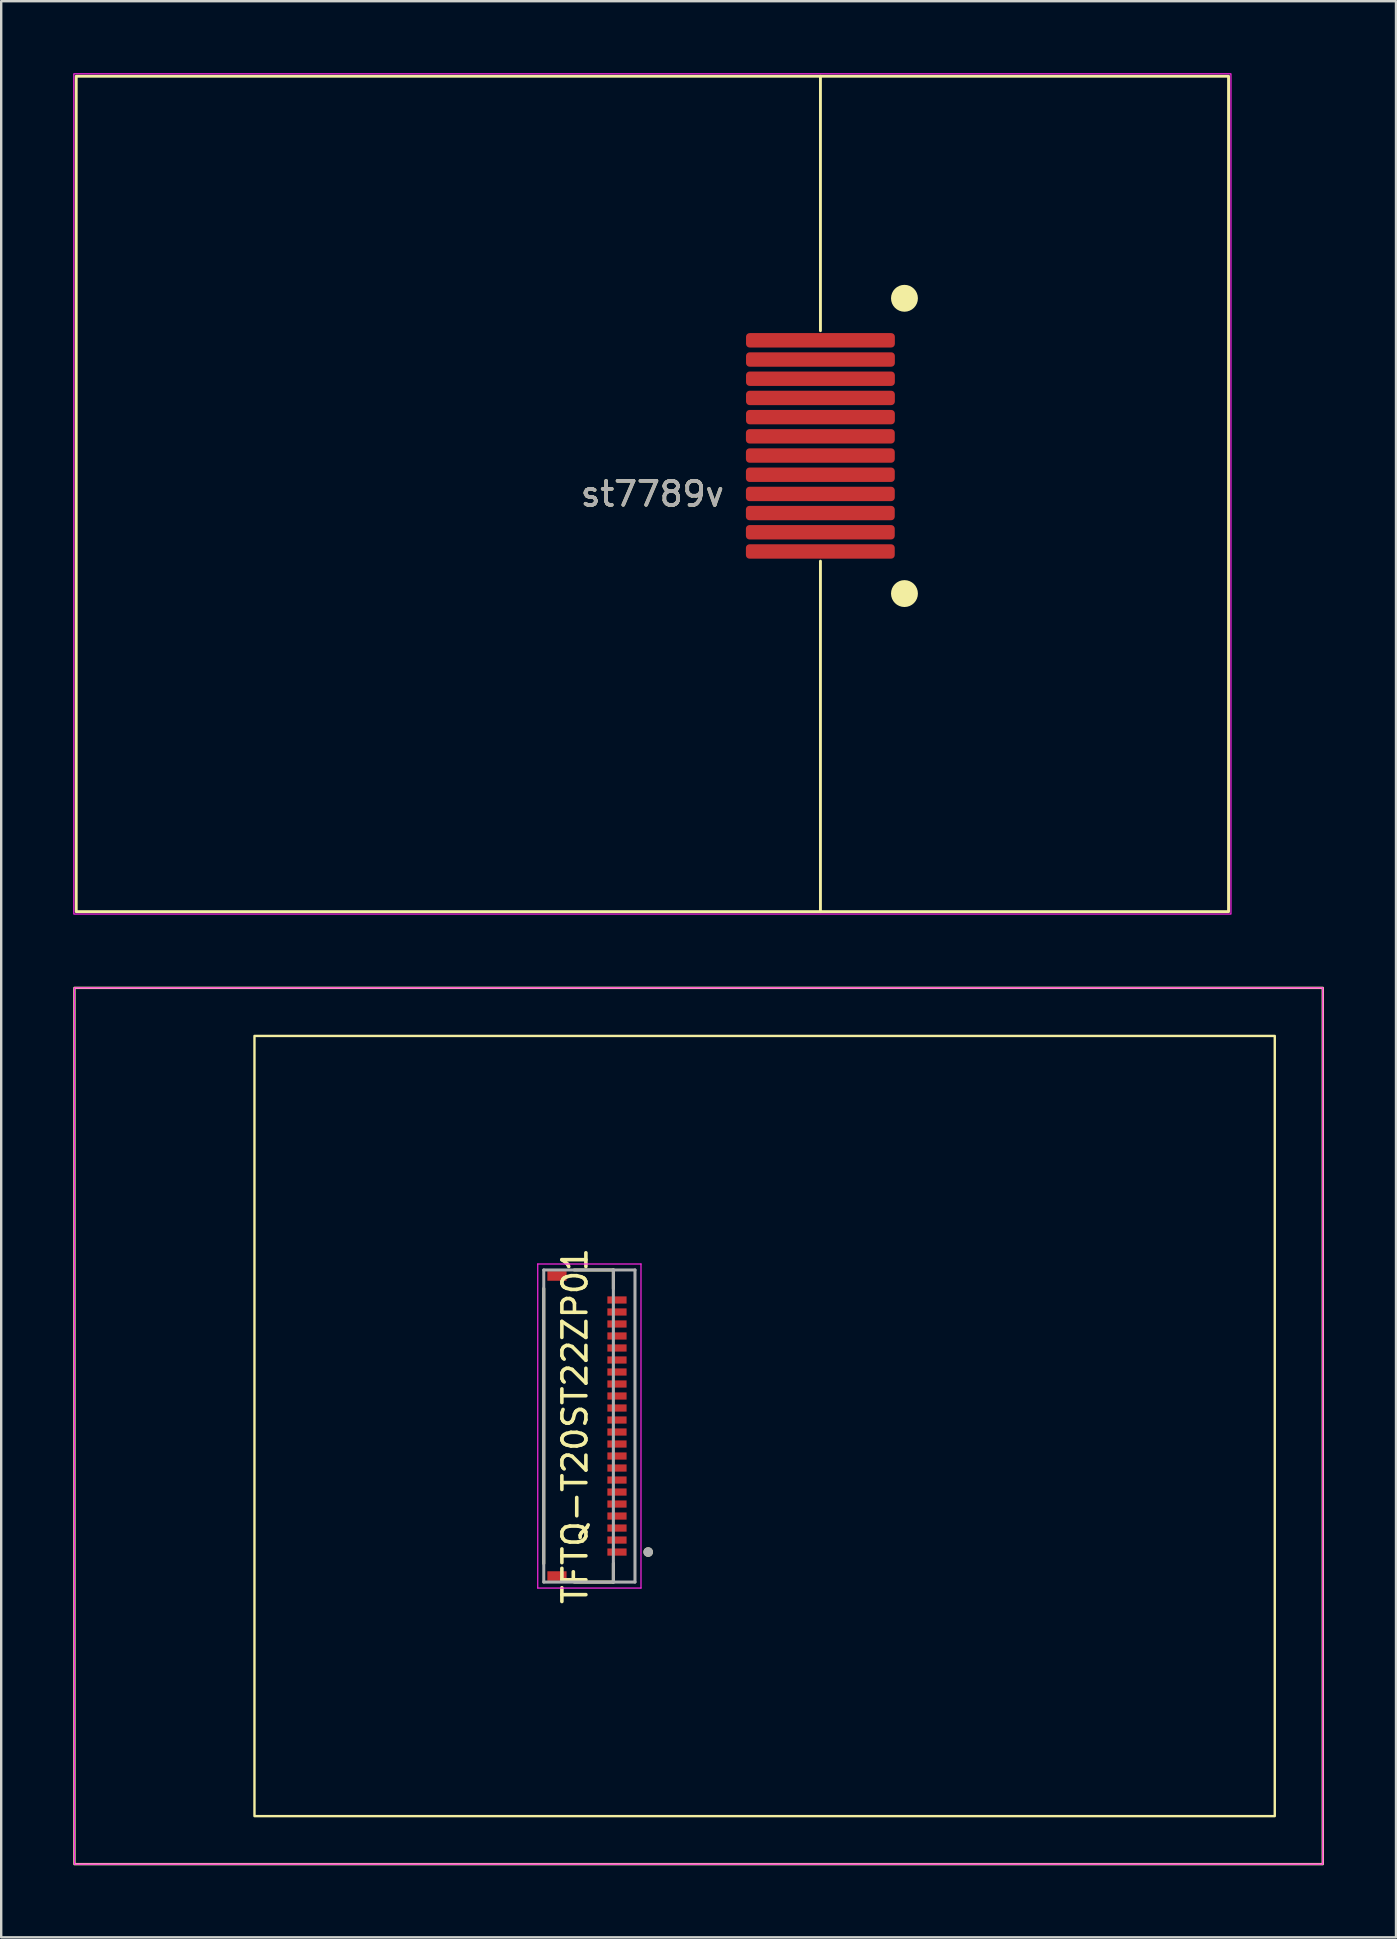
<source format=kicad_pcb>
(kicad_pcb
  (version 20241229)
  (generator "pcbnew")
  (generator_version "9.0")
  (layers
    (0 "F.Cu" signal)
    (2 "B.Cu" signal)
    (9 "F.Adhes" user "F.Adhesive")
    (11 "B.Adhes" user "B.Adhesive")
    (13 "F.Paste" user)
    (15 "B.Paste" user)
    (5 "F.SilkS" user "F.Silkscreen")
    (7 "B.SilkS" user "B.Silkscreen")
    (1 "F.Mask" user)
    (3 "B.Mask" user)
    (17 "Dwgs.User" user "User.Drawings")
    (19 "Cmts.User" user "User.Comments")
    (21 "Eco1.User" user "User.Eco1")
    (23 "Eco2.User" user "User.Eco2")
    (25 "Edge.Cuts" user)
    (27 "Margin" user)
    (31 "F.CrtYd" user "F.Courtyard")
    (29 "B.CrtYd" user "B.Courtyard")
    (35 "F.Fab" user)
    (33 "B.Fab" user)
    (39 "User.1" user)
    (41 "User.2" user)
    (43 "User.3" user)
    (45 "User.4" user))
  (footprint "TFTQ-T20ST22ZP01"
    (layer "F.Cu")
    (at 26.05 56.35)
    (property "Reference" "TFTQ-T20ST22ZP01" (at -5.15 0 270) (layer "F.SilkS") (effects (font (size 1 1) (thickness 0.15))))
    (attr smd)
    (fp_line (start -6.45 -5.73) (end -6.45 5.73) (stroke (width 0.127) (type solid)) (layer "F.SilkS"))
    (fp_line (start -3.55 -6.5) (end -5.18 -6.5) (stroke (width 0.127) (type solid)) (layer "F.SilkS"))
    (fp_line (start -3.55 -5.72) (end -3.55 -6.5) (stroke (width 0.127) (type solid)) (layer "F.SilkS"))
    (fp_line (start -3.55 5.72) (end -3.55 6.5) (stroke (width 0.127) (type solid)) (layer "F.SilkS"))
    (fp_line (start -3.55 6.5) (end -5.18 6.5) (stroke (width 0.127) (type solid)) (layer "F.SilkS"))
    (fp_rect (start -26 -18.25) (end 26 18.25) (stroke (width 0.1) (type default)) (fill no) (layer "F.SilkS"))
    (fp_rect (start -18.5 -16.25) (end 24 16.25) (stroke (width 0.1) (type default)) (fill no) (layer "F.SilkS"))
    (fp_circle (center -2.1 5.25) (end -2.1 5.35) (stroke (width 0.2) (type solid)) (fill no) (layer "F.SilkS"))
    (fp_rect (start -3.65 -5.375) (end -3 -5.125) (stroke (width 0.01) (type solid)) (fill yes) (layer "F.Paste"))
    (fp_rect (start -3.65 -4.875) (end -3 -4.625) (stroke (width 0.01) (type solid)) (fill yes) (layer "F.Paste"))
    (fp_rect (start -3.65 -4.375) (end -3 -4.125) (stroke (width 0.01) (type solid)) (fill yes) (layer "F.Paste"))
    (fp_rect (start -3.65 -3.875) (end -3 -3.625) (stroke (width 0.01) (type solid)) (fill yes) (layer "F.Paste"))
    (fp_rect (start -3.65 -3.375) (end -3 -3.125) (stroke (width 0.01) (type solid)) (fill yes) (layer "F.Paste"))
    (fp_rect (start -3.65 -2.875) (end -3 -2.625) (stroke (width 0.01) (type solid)) (fill yes) (layer "F.Paste"))
    (fp_rect (start -3.65 -2.375) (end -3 -2.125) (stroke (width 0.01) (type solid)) (fill yes) (layer "F.Paste"))
    (fp_rect (start -3.65 -1.875) (end -3 -1.625) (stroke (width 0.01) (type solid)) (fill yes) (layer "F.Paste"))
    (fp_rect (start -3.65 -1.375) (end -3 -1.125) (stroke (width 0.01) (type solid)) (fill yes) (layer "F.Paste"))
    (fp_rect (start -3.65 -0.875) (end -3 -0.625) (stroke (width 0.01) (type solid)) (fill yes) (layer "F.Paste"))
    (fp_rect (start -3.65 -0.375) (end -3 -0.125) (stroke (width 0.01) (type solid)) (fill yes) (layer "F.Paste"))
    (fp_rect (start -3.65 0.125) (end -3 0.375) (stroke (width 0.01) (type solid)) (fill yes) (layer "F.Paste"))
    (fp_rect (start -3.65 0.625) (end -3 0.875) (stroke (width 0.01) (type solid)) (fill yes) (layer "F.Paste"))
    (fp_rect (start -3.65 1.125) (end -3 1.375) (stroke (width 0.01) (type solid)) (fill yes) (layer "F.Paste"))
    (fp_rect (start -3.65 1.625) (end -3 1.875) (stroke (width 0.01) (type solid)) (fill yes) (layer "F.Paste"))
    (fp_rect (start -3.65 2.125) (end -3 2.375) (stroke (width 0.01) (type solid)) (fill yes) (layer "F.Paste"))
    (fp_rect (start -3.65 2.625) (end -3 2.875) (stroke (width 0.01) (type solid)) (fill yes) (layer "F.Paste"))
    (fp_rect (start -3.65 3.125) (end -3 3.375) (stroke (width 0.01) (type solid)) (fill yes) (layer "F.Paste"))
    (fp_rect (start -3.65 3.625) (end -3 3.875) (stroke (width 0.01) (type solid)) (fill yes) (layer "F.Paste"))
    (fp_rect (start -3.65 4.125) (end -3 4.375) (stroke (width 0.01) (type solid)) (fill yes) (layer "F.Paste"))
    (fp_rect (start -3.65 4.625) (end -3 4.875) (stroke (width 0.01) (type solid)) (fill yes) (layer "F.Paste"))
    (fp_rect (start -3.65 5.125) (end -3 5.375) (stroke (width 0.01) (type solid)) (fill yes) (layer "F.Paste"))
    (fp_line (start -6.7 -6.75) (end -6.7 6.75) (stroke (width 0.05) (type solid)) (layer "F.CrtYd"))
    (fp_line (start -6.7 6.75) (end -2.4 6.75) (stroke (width 0.05) (type solid)) (layer "F.CrtYd"))
    (fp_line (start -2.4 -6.75) (end -6.7 -6.75) (stroke (width 0.05) (type solid)) (layer "F.CrtYd"))
    (fp_line (start -2.4 6.75) (end -2.4 -6.75) (stroke (width 0.05) (type solid)) (layer "F.CrtYd"))
    (fp_rect (start -26 -18.25) (end 26 18.25) (stroke (width 0.05) (type default)) (fill no) (layer "F.CrtYd"))
    (fp_line (start -6.45 -6.5) (end -3.55 -6.5) (stroke (width 0.127) (type solid)) (layer "F.Fab"))
    (fp_line (start -6.45 6.5) (end -6.45 -6.5) (stroke (width 0.127) (type solid)) (layer "F.Fab"))
    (fp_line (start -3.55 -6.5) (end -3.55 6.5) (stroke (width 0.127) (type solid)) (layer "F.Fab"))
    (fp_line (start -3.55 -6.5) (end -2.65 -6.5) (stroke (width 0.127) (type solid)) (layer "F.Fab"))
    (fp_line (start -3.55 6.5) (end -6.45 6.5) (stroke (width 0.127) (type solid)) (layer "F.Fab"))
    (fp_line (start -2.65 -6.5) (end -2.65 6.5) (stroke (width 0.127) (type solid)) (layer "F.Fab"))
    (fp_line (start -2.65 6.5) (end -3.55 6.5) (stroke (width 0.127) (type solid)) (layer "F.Fab"))
    (fp_circle (center -2.1 5.25) (end -2.1 5.35) (stroke (width 0.2) (type solid)) (fill no) (layer "F.Fab"))
    (pad "1" smd rect (at -3.4 -5.25 270) (size 0.3 0.8) (layers "F.Cu" "F.Mask"))
    (pad "2" smd rect (at -3.4 -4.75 270) (size 0.3 0.8) (layers "F.Cu" "F.Mask"))
    (pad "3" smd rect (at -3.4 -4.25 270) (size 0.3 0.8) (layers "F.Cu" "F.Mask"))
    (pad "4" smd rect (at -3.4 -3.75 270) (size 0.3 0.8) (layers "F.Cu" "F.Mask"))
    (pad "5" smd rect (at -3.4 -3.25 270) (size 0.3 0.8) (layers "F.Cu" "F.Mask"))
    (pad "6" smd rect (at -3.4 -2.75 270) (size 0.3 0.8) (layers "F.Cu" "F.Mask"))
    (pad "7" smd rect (at -3.4 -2.25 270) (size 0.3 0.8) (layers "F.Cu" "F.Mask"))
    (pad "8" smd rect (at -3.4 -1.75 270) (size 0.3 0.8) (layers "F.Cu" "F.Mask"))
    (pad "9" smd rect (at -3.4 -1.25 270) (size 0.3 0.8) (layers "F.Cu" "F.Mask"))
    (pad "10" smd rect (at -3.4 -0.75 270) (size 0.3 0.8) (layers "F.Cu" "F.Mask"))
    (pad "11" smd rect (at -3.4 -0.25 270) (size 0.3 0.8) (layers "F.Cu" "F.Mask"))
    (pad "12" smd rect (at -3.4 0.25 270) (size 0.3 0.8) (layers "F.Cu" "F.Mask"))
    (pad "13" smd rect (at -3.4 0.75 270) (size 0.3 0.8) (layers "F.Cu" "F.Mask"))
    (pad "14" smd rect (at -3.4 1.25 270) (size 0.3 0.8) (layers "F.Cu" "F.Mask"))
    (pad "15" smd rect (at -3.4 1.75 270) (size 0.3 0.8) (layers "F.Cu" "F.Mask"))
    (pad "16" smd rect (at -3.4 2.25 270) (size 0.3 0.8) (layers "F.Cu" "F.Mask"))
    (pad "17" smd rect (at -3.4 2.75 270) (size 0.3 0.8) (layers "F.Cu" "F.Mask"))
    (pad "18" smd rect (at -3.4 3.25 270) (size 0.3 0.8) (layers "F.Cu" "F.Mask"))
    (pad "19" smd rect (at -3.4 3.75 270) (size 0.3 0.8) (layers "F.Cu" "F.Mask"))
    (pad "20" smd rect (at -3.4 4.25 270) (size 0.3 0.8) (layers "F.Cu" "F.Mask"))
    (pad "21" smd rect (at -3.4 4.75 270) (size 0.3 0.8) (layers "F.Cu" "F.Mask"))
    (pad "22" smd rect (at -3.4 5.25 270) (size 0.3 0.8) (layers "F.Cu" "F.Mask"))
    (pad "S1" smd rect (at -5.9 6.25 270) (size 0.4 0.8) (layers "F.Cu" "F.Mask" "F.Paste"))
    (pad "S2" smd rect (at -5.9 -6.25 270) (size 0.4 0.8) (layers "F.Cu" "F.Mask" "F.Paste")))
  (footprint "st7789v"
    (layer "F.Cu")
    (at 24.125 17.525)
    (property "Reference" "st7789v" (at 0 0 0) (unlocked yes) (layer "F.SilkS") (effects (font (size 1 1) (thickness 0.15))))
    (attr smd)
    (fp_line (start 7 -6.8) (end 7 -17.4) (stroke (width 0.12) (type solid)) (layer "F.SilkS"))
    (fp_line (start 7 2.8) (end 7 17.4) (stroke (width 0.12) (type solid)) (layer "F.SilkS"))
    (fp_rect (start -24 -17.4) (end 24 17.4) (stroke (width 0.12) (type solid)) (fill no) (layer "F.SilkS"))
    (fp_circle (center 10.5 -8.15) (end 11 -8.15) (stroke (width 0.12) (type solid)) (fill yes) (layer "F.SilkS"))
    (fp_circle (center 10.5 4.15) (end 11 4.15) (stroke (width 0.12) (type solid)) (fill yes) (layer "F.SilkS"))
    (fp_rect (start -24.1 -17.5) (end 24.1 17.5) (stroke (width 0.05) (type solid)) (fill no) (layer "F.CrtYd"))
    (fp_text user "${REFERENCE}" (at 0 0 0) (unlocked yes) (layer "F.Fab") (effects (font (size 1 1) (thickness 0.15))))
    (pad "1" smd roundrect (at 7 -6.4) (size 6.2 0.6) (layers "F.Cu" "F.Mask" "F.Paste") (roundrect_rratio 0.25))
    (pad "2" smd roundrect (at 7 -5.6) (size 6.2 0.6) (layers "F.Cu" "F.Mask" "F.Paste") (roundrect_rratio 0.25))
    (pad "3" smd roundrect (at 7 -4.8) (size 6.2 0.6) (layers "F.Cu" "F.Mask" "F.Paste") (roundrect_rratio 0.25))
    (pad "4" smd roundrect (at 7 -4) (size 6.2 0.6) (layers "F.Cu" "F.Mask" "F.Paste") (roundrect_rratio 0.25))
    (pad "5" smd roundrect (at 7 -3.2) (size 6.2 0.6) (layers "F.Cu" "F.Mask" "F.Paste") (roundrect_rratio 0.25))
    (pad "6" smd roundrect (at 6.996 -2.4) (size 6.2 0.6) (layers "F.Cu" "F.Mask" "F.Paste") (roundrect_rratio 0.25))
    (pad "7" smd roundrect (at 6.996 -1.6) (size 6.2 0.6) (layers "F.Cu" "F.Mask" "F.Paste") (roundrect_rratio 0.25))
    (pad "8" smd roundrect (at 6.996 -0.8) (size 6.2 0.6) (layers "F.Cu" "F.Mask" "F.Paste") (roundrect_rratio 0.25))
    (pad "9" smd roundrect (at 6.996 -0.001) (size 6.2 0.6) (layers "F.Cu" "F.Mask" "F.Paste") (roundrect_rratio 0.25))
    (pad "10" smd roundrect (at 6.995 0.796) (size 6.2 0.6) (layers "F.Cu" "F.Mask" "F.Paste") (roundrect_rratio 0.25))
    (pad "11" smd roundrect (at 6.995 1.596) (size 6.2 0.6) (layers "F.Cu" "F.Mask" "F.Paste") (roundrect_rratio 0.25))
    (pad "12" smd roundrect (at 6.995 2.396) (size 6.2 0.6) (layers "F.Cu" "F.Mask" "F.Paste") (roundrect_rratio 0.25)))
  (gr_rect
    (start -3 -3)
    (end 55.1 77.65)
    (stroke (width 0.1) (type default))
    (fill no)
    (layer "Edge.Cuts")))
</source>
